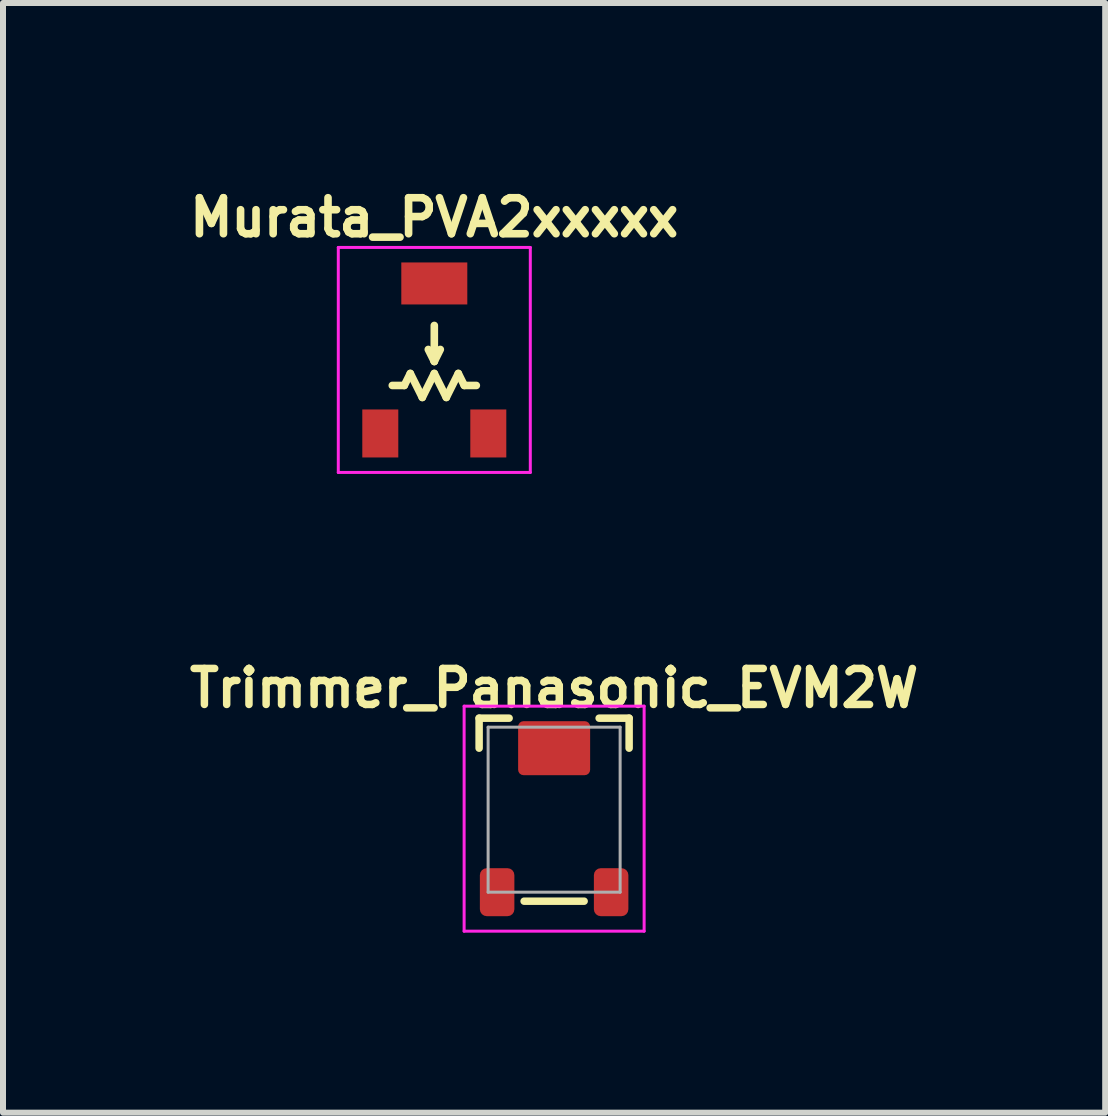
<source format=kicad_pcb>
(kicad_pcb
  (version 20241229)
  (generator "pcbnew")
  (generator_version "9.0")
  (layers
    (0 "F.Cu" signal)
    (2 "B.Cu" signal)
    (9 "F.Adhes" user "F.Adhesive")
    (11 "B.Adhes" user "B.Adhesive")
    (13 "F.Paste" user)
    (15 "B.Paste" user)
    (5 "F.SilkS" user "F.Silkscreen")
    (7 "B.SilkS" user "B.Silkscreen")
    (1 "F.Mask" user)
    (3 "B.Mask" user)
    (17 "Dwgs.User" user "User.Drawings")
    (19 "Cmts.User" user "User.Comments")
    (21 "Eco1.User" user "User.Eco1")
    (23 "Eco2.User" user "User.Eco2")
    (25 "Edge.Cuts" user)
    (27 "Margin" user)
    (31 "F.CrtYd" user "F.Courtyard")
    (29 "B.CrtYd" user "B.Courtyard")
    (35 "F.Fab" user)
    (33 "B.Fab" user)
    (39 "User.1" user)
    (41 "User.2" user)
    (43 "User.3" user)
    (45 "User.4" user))
  (footprint "Murata_PVA2xxxxx"
    (layer "F.Cu")
    (at 4.188 2.874)
    (property "Reference" "Murata_PVA2xxxxx" (at 0 -2.3 0) (layer "F.SilkS") (effects (font (size 0.6 0.6) (thickness 0.127))))
    (attr smd)
    (fp_line (start -0.7 0.5) (end -0.5 0.5) (stroke (width 0.127) (type solid)) (layer "F.SilkS"))
    (fp_line (start -0.5 0.5) (end -0.4 0.3) (stroke (width 0.127) (type solid)) (layer "F.SilkS"))
    (fp_line (start -0.4 0.3) (end -0.2 0.7) (stroke (width 0.127) (type solid)) (layer "F.SilkS"))
    (fp_line (start -0.2 0.7) (end 0 0.3) (stroke (width 0.127) (type solid)) (layer "F.SilkS"))
    (fp_line (start 0 -0.5) (end 0 0.1) (stroke (width 0.127) (type solid)) (layer "F.SilkS"))
    (fp_line (start 0 0.1) (end -0.1 -0.1) (stroke (width 0.127) (type solid)) (layer "F.SilkS"))
    (fp_line (start 0 0.1) (end 0.1 -0.1) (stroke (width 0.127) (type solid)) (layer "F.SilkS"))
    (fp_line (start 0 0.3) (end 0.2 0.7) (stroke (width 0.127) (type solid)) (layer "F.SilkS"))
    (fp_line (start 0.2 0.7) (end 0.4 0.3) (stroke (width 0.127) (type solid)) (layer "F.SilkS"))
    (fp_line (start 0.4 0.3) (end 0.5 0.5) (stroke (width 0.127) (type solid)) (layer "F.SilkS"))
    (fp_line (start 0.5 0.5) (end 0.7 0.5) (stroke (width 0.127) (type solid)) (layer "F.SilkS"))
    (fp_line (start -1.6 -1.8) (end 1.6 -1.8) (stroke (width 0.05) (type solid)) (layer "F.CrtYd"))
    (fp_line (start -1.6 1.95) (end -1.6 -1.8) (stroke (width 0.05) (type solid)) (layer "F.CrtYd"))
    (fp_line (start 1.6 -1.8) (end 1.6 1.95) (stroke (width 0.05) (type solid)) (layer "F.CrtYd"))
    (fp_line (start 1.6 1.95) (end -1.6 1.95) (stroke (width 0.05) (type solid)) (layer "F.CrtYd"))
    (pad "1" smd rect (at -0.9 1.3) (size 0.6 0.8) (layers "F.Cu" "F.Mask" "F.Paste"))
    (pad "2" smd rect (at 0 -1.2) (size 1.1 0.7) (layers "F.Cu" "F.Mask" "F.Paste"))
    (pad "3" smd rect (at 0.9 1.3) (size 0.6 0.8) (layers "F.Cu" "F.Mask" "F.Paste")))
  (footprint "Trimmer_Panasonic_EVM2W"
    (layer "F.Cu")
    (at 6.185 10.519)
    (property "Reference" "Trimmer_Panasonic_EVM2W" (at 0 -2.1 0) (layer "F.SilkS") (effects (font (size 0.6 0.6) (thickness 0.125))))
    (attr smd)
    (fp_line (start -1.25 -1.6) (end -1.25 -1.1) (stroke (width 0.125) (type solid)) (layer "F.SilkS"))
    (fp_line (start -1.25 -1.6) (end -0.75 -1.6) (stroke (width 0.125) (type solid)) (layer "F.SilkS"))
    (fp_line (start -0.5 1.45) (end 0.5 1.45) (stroke (width 0.125) (type solid)) (layer "F.SilkS"))
    (fp_line (start 1.25 -1.6) (end 0.75 -1.6) (stroke (width 0.125) (type solid)) (layer "F.SilkS"))
    (fp_line (start 1.25 -1.6) (end 1.25 -1.1) (stroke (width 0.125) (type solid)) (layer "F.SilkS"))
    (fp_line (start -1.5 -1.8) (end -1.5 1.95) (stroke (width 0.05) (type solid)) (layer "F.CrtYd"))
    (fp_line (start -1.5 -1.8) (end 1.5 -1.8) (stroke (width 0.05) (type solid)) (layer "F.CrtYd"))
    (fp_line (start -1.5 1.95) (end 1.5 1.95) (stroke (width 0.05) (type solid)) (layer "F.CrtYd"))
    (fp_line (start 1.5 1.95) (end 1.5 -1.8) (stroke (width 0.05) (type solid)) (layer "F.CrtYd"))
    (fp_line (start -1.1 -1.45) (end 1.1 -1.45) (stroke (width 0.05) (type solid)) (layer "F.Fab"))
    (fp_line (start -1.1 1.3) (end -1.1 -1.45) (stroke (width 0.05) (type solid)) (layer "F.Fab"))
    (fp_line (start 1.1 -1.45) (end 1.1 1.3) (stroke (width 0.05) (type solid)) (layer "F.Fab"))
    (fp_line (start 1.1 1.3) (end -1.1 1.3) (stroke (width 0.05) (type solid)) (layer "F.Fab"))
    (pad "1" smd roundrect (at -0.95 1.3) (size 0.575 0.8) (layers "F.Cu" "F.Mask" "F.Paste") (roundrect_rratio 0.2))
    (pad "2" smd roundrect (at 0 -1.1) (size 1.2 0.9) (layers "F.Cu" "F.Mask" "F.Paste") (roundrect_rratio 0.1))
    (pad "3" smd roundrect (at 0.95 1.3) (size 0.575 0.8) (layers "F.Cu" "F.Mask" "F.Paste") (roundrect_rratio 0.2)))
  (gr_rect
    (start -3 -3)
    (end 15.369 15.494)
    (stroke (width 0.1) (type default))
    (fill no)
    (layer "Edge.Cuts")))
</source>
